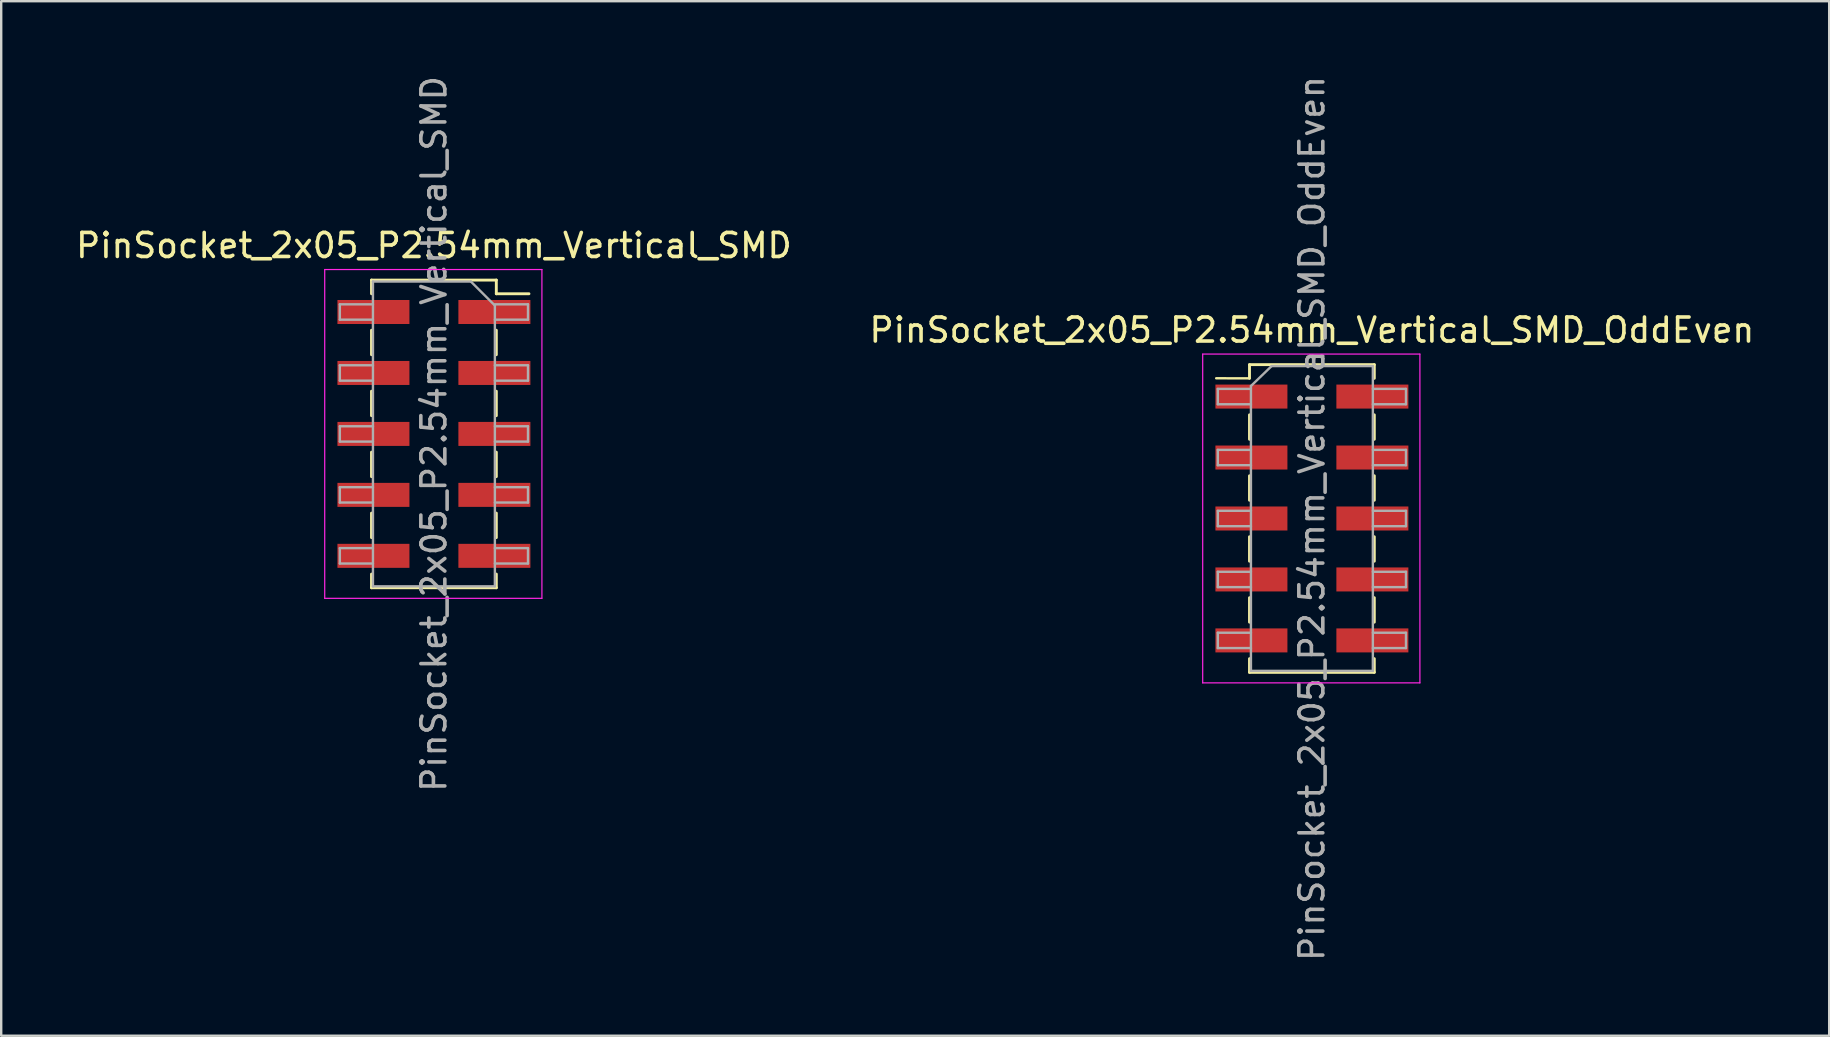
<source format=kicad_pcb>
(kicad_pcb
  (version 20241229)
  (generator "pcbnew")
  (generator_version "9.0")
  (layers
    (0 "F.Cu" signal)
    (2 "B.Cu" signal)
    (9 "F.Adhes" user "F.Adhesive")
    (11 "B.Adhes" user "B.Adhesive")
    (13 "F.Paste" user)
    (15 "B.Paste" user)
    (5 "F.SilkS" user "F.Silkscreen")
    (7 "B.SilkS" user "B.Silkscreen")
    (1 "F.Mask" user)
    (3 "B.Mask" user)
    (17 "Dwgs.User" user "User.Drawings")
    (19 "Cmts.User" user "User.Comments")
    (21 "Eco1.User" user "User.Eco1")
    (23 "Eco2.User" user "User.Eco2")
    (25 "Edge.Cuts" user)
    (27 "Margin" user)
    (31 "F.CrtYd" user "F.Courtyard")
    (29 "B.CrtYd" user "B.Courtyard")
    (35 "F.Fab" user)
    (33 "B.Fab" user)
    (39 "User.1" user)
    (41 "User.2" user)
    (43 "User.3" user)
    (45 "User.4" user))
  (footprint "PinSocket_2x05_P2.54mm_Vertical_SMD"
    (layer "F.Cu")
    (at 15.03 15.03)
    (property "Reference" "PinSocket_2x05_P2.54mm_Vertical_SMD" (at 0 -7.85 0) (layer "F.SilkS") (effects (font (size 1 1) (thickness 0.15))))
    (attr smd)
    (fp_line (start -2.6 -6.41) (end -2.6 -5.84) (stroke (width 0.12) (type solid)) (layer "F.SilkS"))
    (fp_line (start -2.6 -6.41) (end 2.6 -6.41) (stroke (width 0.12) (type solid)) (layer "F.SilkS"))
    (fp_line (start -2.6 -4.32) (end -2.6 -3.3) (stroke (width 0.12) (type solid)) (layer "F.SilkS"))
    (fp_line (start -2.6 -1.78) (end -2.6 -0.76) (stroke (width 0.12) (type solid)) (layer "F.SilkS"))
    (fp_line (start -2.6 0.76) (end -2.6 1.78) (stroke (width 0.12) (type solid)) (layer "F.SilkS"))
    (fp_line (start -2.6 3.3) (end -2.6 4.32) (stroke (width 0.12) (type solid)) (layer "F.SilkS"))
    (fp_line (start -2.6 5.84) (end -2.6 6.41) (stroke (width 0.12) (type solid)) (layer "F.SilkS"))
    (fp_line (start -2.6 6.41) (end 2.6 6.41) (stroke (width 0.12) (type solid)) (layer "F.SilkS"))
    (fp_line (start 2.6 -6.41) (end 2.6 -5.84) (stroke (width 0.12) (type solid)) (layer "F.SilkS"))
    (fp_line (start 2.6 -5.84) (end 3.96 -5.84) (stroke (width 0.12) (type solid)) (layer "F.SilkS"))
    (fp_line (start 2.6 -4.32) (end 2.6 -3.3) (stroke (width 0.12) (type solid)) (layer "F.SilkS"))
    (fp_line (start 2.6 -1.78) (end 2.6 -0.76) (stroke (width 0.12) (type solid)) (layer "F.SilkS"))
    (fp_line (start 2.6 0.76) (end 2.6 1.78) (stroke (width 0.12) (type solid)) (layer "F.SilkS"))
    (fp_line (start 2.6 3.3) (end 2.6 4.32) (stroke (width 0.12) (type solid)) (layer "F.SilkS"))
    (fp_line (start 2.6 5.84) (end 2.6 6.41) (stroke (width 0.12) (type solid)) (layer "F.SilkS"))
    (fp_line (start -4.55 -6.85) (end 4.5 -6.85) (stroke (width 0.05) (type solid)) (layer "F.CrtYd"))
    (fp_line (start -4.55 6.85) (end -4.55 -6.85) (stroke (width 0.05) (type solid)) (layer "F.CrtYd"))
    (fp_line (start 4.5 -6.85) (end 4.5 6.85) (stroke (width 0.05) (type solid)) (layer "F.CrtYd"))
    (fp_line (start 4.5 6.85) (end -4.55 6.85) (stroke (width 0.05) (type solid)) (layer "F.CrtYd"))
    (fp_line (start -3.92 -5.4) (end -2.54 -5.4) (stroke (width 0.1) (type solid)) (layer "F.Fab"))
    (fp_line (start -3.92 -4.76) (end -3.92 -5.4) (stroke (width 0.1) (type solid)) (layer "F.Fab"))
    (fp_line (start -3.92 -2.86) (end -2.54 -2.86) (stroke (width 0.1) (type solid)) (layer "F.Fab"))
    (fp_line (start -3.92 -2.22) (end -3.92 -2.86) (stroke (width 0.1) (type solid)) (layer "F.Fab"))
    (fp_line (start -3.92 -0.32) (end -2.54 -0.32) (stroke (width 0.1) (type solid)) (layer "F.Fab"))
    (fp_line (start -3.92 0.32) (end -3.92 -0.32) (stroke (width 0.1) (type solid)) (layer "F.Fab"))
    (fp_line (start -3.92 2.22) (end -2.54 2.22) (stroke (width 0.1) (type solid)) (layer "F.Fab"))
    (fp_line (start -3.92 2.86) (end -3.92 2.22) (stroke (width 0.1) (type solid)) (layer "F.Fab"))
    (fp_line (start -3.92 4.76) (end -2.54 4.76) (stroke (width 0.1) (type solid)) (layer "F.Fab"))
    (fp_line (start -3.92 5.4) (end -3.92 4.76) (stroke (width 0.1) (type solid)) (layer "F.Fab"))
    (fp_line (start -2.54 -6.35) (end 1.54 -6.35) (stroke (width 0.1) (type solid)) (layer "F.Fab"))
    (fp_line (start -2.54 -4.76) (end -3.92 -4.76) (stroke (width 0.1) (type solid)) (layer "F.Fab"))
    (fp_line (start -2.54 -2.22) (end -3.92 -2.22) (stroke (width 0.1) (type solid)) (layer "F.Fab"))
    (fp_line (start -2.54 0.32) (end -3.92 0.32) (stroke (width 0.1) (type solid)) (layer "F.Fab"))
    (fp_line (start -2.54 2.86) (end -3.92 2.86) (stroke (width 0.1) (type solid)) (layer "F.Fab"))
    (fp_line (start -2.54 5.4) (end -3.92 5.4) (stroke (width 0.1) (type solid)) (layer "F.Fab"))
    (fp_line (start -2.54 6.35) (end -2.54 -6.35) (stroke (width 0.1) (type solid)) (layer "F.Fab"))
    (fp_line (start 1.54 -6.35) (end 2.54 -5.35) (stroke (width 0.1) (type solid)) (layer "F.Fab"))
    (fp_line (start 2.54 -5.4) (end 3.92 -5.4) (stroke (width 0.1) (type solid)) (layer "F.Fab"))
    (fp_line (start 2.54 -5.35) (end 2.54 6.35) (stroke (width 0.1) (type solid)) (layer "F.Fab"))
    (fp_line (start 2.54 -2.86) (end 3.92 -2.86) (stroke (width 0.1) (type solid)) (layer "F.Fab"))
    (fp_line (start 2.54 -0.32) (end 3.92 -0.32) (stroke (width 0.1) (type solid)) (layer "F.Fab"))
    (fp_line (start 2.54 2.22) (end 3.92 2.22) (stroke (width 0.1) (type solid)) (layer "F.Fab"))
    (fp_line (start 2.54 4.76) (end 3.92 4.76) (stroke (width 0.1) (type solid)) (layer "F.Fab"))
    (fp_line (start 2.54 6.35) (end -2.54 6.35) (stroke (width 0.1) (type solid)) (layer "F.Fab"))
    (fp_line (start 3.92 -5.4) (end 3.92 -4.76) (stroke (width 0.1) (type solid)) (layer "F.Fab"))
    (fp_line (start 3.92 -4.76) (end 2.54 -4.76) (stroke (width 0.1) (type solid)) (layer "F.Fab"))
    (fp_line (start 3.92 -2.86) (end 3.92 -2.22) (stroke (width 0.1) (type solid)) (layer "F.Fab"))
    (fp_line (start 3.92 -2.22) (end 2.54 -2.22) (stroke (width 0.1) (type solid)) (layer "F.Fab"))
    (fp_line (start 3.92 -0.32) (end 3.92 0.32) (stroke (width 0.1) (type solid)) (layer "F.Fab"))
    (fp_line (start 3.92 0.32) (end 2.54 0.32) (stroke (width 0.1) (type solid)) (layer "F.Fab"))
    (fp_line (start 3.92 2.22) (end 3.92 2.86) (stroke (width 0.1) (type solid)) (layer "F.Fab"))
    (fp_line (start 3.92 2.86) (end 2.54 2.86) (stroke (width 0.1) (type solid)) (layer "F.Fab"))
    (fp_line (start 3.92 4.76) (end 3.92 5.4) (stroke (width 0.1) (type solid)) (layer "F.Fab"))
    (fp_line (start 3.92 5.4) (end 2.54 5.4) (stroke (width 0.1) (type solid)) (layer "F.Fab"))
    (fp_text user "${REFERENCE}" (at 0 0 90) (layer "F.Fab") (effects (font (size 1 1) (thickness 0.15))))
    (pad "1" smd rect (at 2.52 -5.08) (size 3 1) (layers "F.Cu" "F.Mask" "F.Paste"))
    (pad "2" smd rect (at -2.52 -5.08) (size 3 1) (layers "F.Cu" "F.Mask" "F.Paste"))
    (pad "3" smd rect (at 2.52 -2.54) (size 3 1) (layers "F.Cu" "F.Mask" "F.Paste"))
    (pad "4" smd rect (at -2.52 -2.54) (size 3 1) (layers "F.Cu" "F.Mask" "F.Paste"))
    (pad "5" smd rect (at 2.52 0) (size 3 1) (layers "F.Cu" "F.Mask" "F.Paste"))
    (pad "6" smd rect (at -2.52 0) (size 3 1) (layers "F.Cu" "F.Mask" "F.Paste"))
    (pad "7" smd rect (at 2.52 2.54) (size 3 1) (layers "F.Cu" "F.Mask" "F.Paste"))
    (pad "8" smd rect (at -2.52 2.54) (size 3 1) (layers "F.Cu" "F.Mask" "F.Paste"))
    (pad "9" smd rect (at 2.52 5.08) (size 3 1) (layers "F.Cu" "F.Mask" "F.Paste"))
    (pad "10" smd rect (at -2.52 5.08) (size 3 1) (layers "F.Cu" "F.Mask" "F.Paste")))
  (footprint "PinSocket_2x05_P2.54mm_Vertical_SMD_OddEven"
    (layer "F.Cu")
    (at 51.613 18.554)
    (property "Reference" "PinSocket_2x05_P2.54mm_Vertical_SMD_OddEven" (at 0 -7.85 0) (layer "F.SilkS") (effects (font (size 1 1) (thickness 0.15))))
    (attr smd)
    (fp_line (start -2.6 -6.41) (end -2.6 -5.84) (stroke (width 0.12) (type solid)) (layer "F.SilkS"))
    (fp_line (start -2.6 -6.41) (end 2.6 -6.41) (stroke (width 0.12) (type solid)) (layer "F.SilkS"))
    (fp_line (start -2.6 -5.84) (end -3.988 -5.842) (stroke (width 0.1) (type default)) (layer "F.SilkS"))
    (fp_line (start -2.6 -4.32) (end -2.6 -3.3) (stroke (width 0.12) (type solid)) (layer "F.SilkS"))
    (fp_line (start -2.6 -1.78) (end -2.6 -0.76) (stroke (width 0.12) (type solid)) (layer "F.SilkS"))
    (fp_line (start -2.6 0.76) (end -2.6 1.78) (stroke (width 0.12) (type solid)) (layer "F.SilkS"))
    (fp_line (start -2.6 3.3) (end -2.6 4.32) (stroke (width 0.12) (type solid)) (layer "F.SilkS"))
    (fp_line (start -2.6 5.84) (end -2.6 6.41) (stroke (width 0.12) (type solid)) (layer "F.SilkS"))
    (fp_line (start -2.6 6.41) (end 2.6 6.41) (stroke (width 0.12) (type solid)) (layer "F.SilkS"))
    (fp_line (start 2.6 -6.41) (end 2.6 -5.84) (stroke (width 0.12) (type solid)) (layer "F.SilkS"))
    (fp_line (start 2.6 -4.32) (end 2.6 -3.3) (stroke (width 0.12) (type solid)) (layer "F.SilkS"))
    (fp_line (start 2.6 -1.78) (end 2.6 -0.76) (stroke (width 0.12) (type solid)) (layer "F.SilkS"))
    (fp_line (start 2.6 0.76) (end 2.6 1.78) (stroke (width 0.12) (type solid)) (layer "F.SilkS"))
    (fp_line (start 2.6 3.3) (end 2.6 4.32) (stroke (width 0.12) (type solid)) (layer "F.SilkS"))
    (fp_line (start 2.6 5.84) (end 2.6 6.41) (stroke (width 0.12) (type solid)) (layer "F.SilkS"))
    (fp_line (start -4.55 -6.85) (end 4.5 -6.85) (stroke (width 0.05) (type solid)) (layer "F.CrtYd"))
    (fp_line (start -4.55 6.85) (end -4.55 -6.85) (stroke (width 0.05) (type solid)) (layer "F.CrtYd"))
    (fp_line (start 4.5 -6.85) (end 4.5 6.85) (stroke (width 0.05) (type solid)) (layer "F.CrtYd"))
    (fp_line (start 4.5 6.85) (end -4.55 6.85) (stroke (width 0.05) (type solid)) (layer "F.CrtYd"))
    (fp_line (start -3.92 -5.4) (end -2.54 -5.4) (stroke (width 0.1) (type solid)) (layer "F.Fab"))
    (fp_line (start -3.92 -4.76) (end -3.92 -5.4) (stroke (width 0.1) (type solid)) (layer "F.Fab"))
    (fp_line (start -3.92 -2.86) (end -2.54 -2.86) (stroke (width 0.1) (type solid)) (layer "F.Fab"))
    (fp_line (start -3.92 -2.22) (end -3.92 -2.86) (stroke (width 0.1) (type solid)) (layer "F.Fab"))
    (fp_line (start -3.92 -0.32) (end -2.54 -0.32) (stroke (width 0.1) (type solid)) (layer "F.Fab"))
    (fp_line (start -3.92 0.32) (end -3.92 -0.32) (stroke (width 0.1) (type solid)) (layer "F.Fab"))
    (fp_line (start -3.92 2.22) (end -2.54 2.22) (stroke (width 0.1) (type solid)) (layer "F.Fab"))
    (fp_line (start -3.92 2.86) (end -3.92 2.22) (stroke (width 0.1) (type solid)) (layer "F.Fab"))
    (fp_line (start -3.92 4.76) (end -2.54 4.76) (stroke (width 0.1) (type solid)) (layer "F.Fab"))
    (fp_line (start -3.92 5.4) (end -3.92 4.76) (stroke (width 0.1) (type solid)) (layer "F.Fab"))
    (fp_line (start -2.54 -5.52) (end -1.68 -6.35) (stroke (width 0.1) (type default)) (layer "F.Fab"))
    (fp_line (start -2.54 -4.76) (end -3.92 -4.76) (stroke (width 0.1) (type solid)) (layer "F.Fab"))
    (fp_line (start -2.54 -2.22) (end -3.92 -2.22) (stroke (width 0.1) (type solid)) (layer "F.Fab"))
    (fp_line (start -2.54 0.32) (end -3.92 0.32) (stroke (width 0.1) (type solid)) (layer "F.Fab"))
    (fp_line (start -2.54 2.86) (end -3.92 2.86) (stroke (width 0.1) (type solid)) (layer "F.Fab"))
    (fp_line (start -2.54 5.4) (end -3.92 5.4) (stroke (width 0.1) (type solid)) (layer "F.Fab"))
    (fp_line (start -2.54 6.35) (end -2.54 -5.52) (stroke (width 0.1) (type solid)) (layer "F.Fab"))
    (fp_line (start -1.68 -6.35) (end 2.54 -6.35) (stroke (width 0.1) (type solid)) (layer "F.Fab"))
    (fp_line (start 2.54 -6.35) (end 2.54 6.35) (stroke (width 0.1) (type solid)) (layer "F.Fab"))
    (fp_line (start 2.54 -5.4) (end 3.92 -5.4) (stroke (width 0.1) (type solid)) (layer "F.Fab"))
    (fp_line (start 2.54 -2.86) (end 3.92 -2.86) (stroke (width 0.1) (type solid)) (layer "F.Fab"))
    (fp_line (start 2.54 -0.32) (end 3.92 -0.32) (stroke (width 0.1) (type solid)) (layer "F.Fab"))
    (fp_line (start 2.54 2.22) (end 3.92 2.22) (stroke (width 0.1) (type solid)) (layer "F.Fab"))
    (fp_line (start 2.54 4.76) (end 3.92 4.76) (stroke (width 0.1) (type solid)) (layer "F.Fab"))
    (fp_line (start 2.54 6.35) (end -2.54 6.35) (stroke (width 0.1) (type solid)) (layer "F.Fab"))
    (fp_line (start 3.92 -5.4) (end 3.92 -4.76) (stroke (width 0.1) (type solid)) (layer "F.Fab"))
    (fp_line (start 3.92 -4.76) (end 2.54 -4.76) (stroke (width 0.1) (type solid)) (layer "F.Fab"))
    (fp_line (start 3.92 -2.86) (end 3.92 -2.22) (stroke (width 0.1) (type solid)) (layer "F.Fab"))
    (fp_line (start 3.92 -2.22) (end 2.54 -2.22) (stroke (width 0.1) (type solid)) (layer "F.Fab"))
    (fp_line (start 3.92 -0.32) (end 3.92 0.32) (stroke (width 0.1) (type solid)) (layer "F.Fab"))
    (fp_line (start 3.92 0.32) (end 2.54 0.32) (stroke (width 0.1) (type solid)) (layer "F.Fab"))
    (fp_line (start 3.92 2.22) (end 3.92 2.86) (stroke (width 0.1) (type solid)) (layer "F.Fab"))
    (fp_line (start 3.92 2.86) (end 2.54 2.86) (stroke (width 0.1) (type solid)) (layer "F.Fab"))
    (fp_line (start 3.92 4.76) (end 3.92 5.4) (stroke (width 0.1) (type solid)) (layer "F.Fab"))
    (fp_line (start 3.92 5.4) (end 2.54 5.4) (stroke (width 0.1) (type solid)) (layer "F.Fab"))
    (fp_text user "${REFERENCE}" (at 0 0 90) (layer "F.Fab") (effects (font (size 1 1) (thickness 0.15))))
    (pad "1" smd rect (at -2.52 -5.08) (size 3 1) (layers "F.Cu" "F.Mask" "F.Paste"))
    (pad "2" smd rect (at 2.52 -5.08) (size 3 1) (layers "F.Cu" "F.Mask" "F.Paste"))
    (pad "3" smd rect (at -2.52 -2.54) (size 3 1) (layers "F.Cu" "F.Mask" "F.Paste"))
    (pad "4" smd rect (at 2.52 -2.54) (size 3 1) (layers "F.Cu" "F.Mask" "F.Paste"))
    (pad "5" smd rect (at -2.52 0) (size 3 1) (layers "F.Cu" "F.Mask" "F.Paste"))
    (pad "6" smd rect (at 2.52 0) (size 3 1) (layers "F.Cu" "F.Mask" "F.Paste"))
    (pad "7" smd rect (at -2.52 2.54) (size 3 1) (layers "F.Cu" "F.Mask" "F.Paste"))
    (pad "8" smd rect (at 2.52 2.54) (size 3 1) (layers "F.Cu" "F.Mask" "F.Paste"))
    (pad "9" smd rect (at -2.52 5.08) (size 3 1) (layers "F.Cu" "F.Mask" "F.Paste"))
    (pad "10" smd rect (at 2.52 5.08) (size 3 1) (layers "F.Cu" "F.Mask" "F.Paste")))
  (gr_rect
    (start -3 -3)
    (end 73.167 40.107)
    (stroke (width 0.1) (type default))
    (fill no)
    (layer "Edge.Cuts")))
</source>
